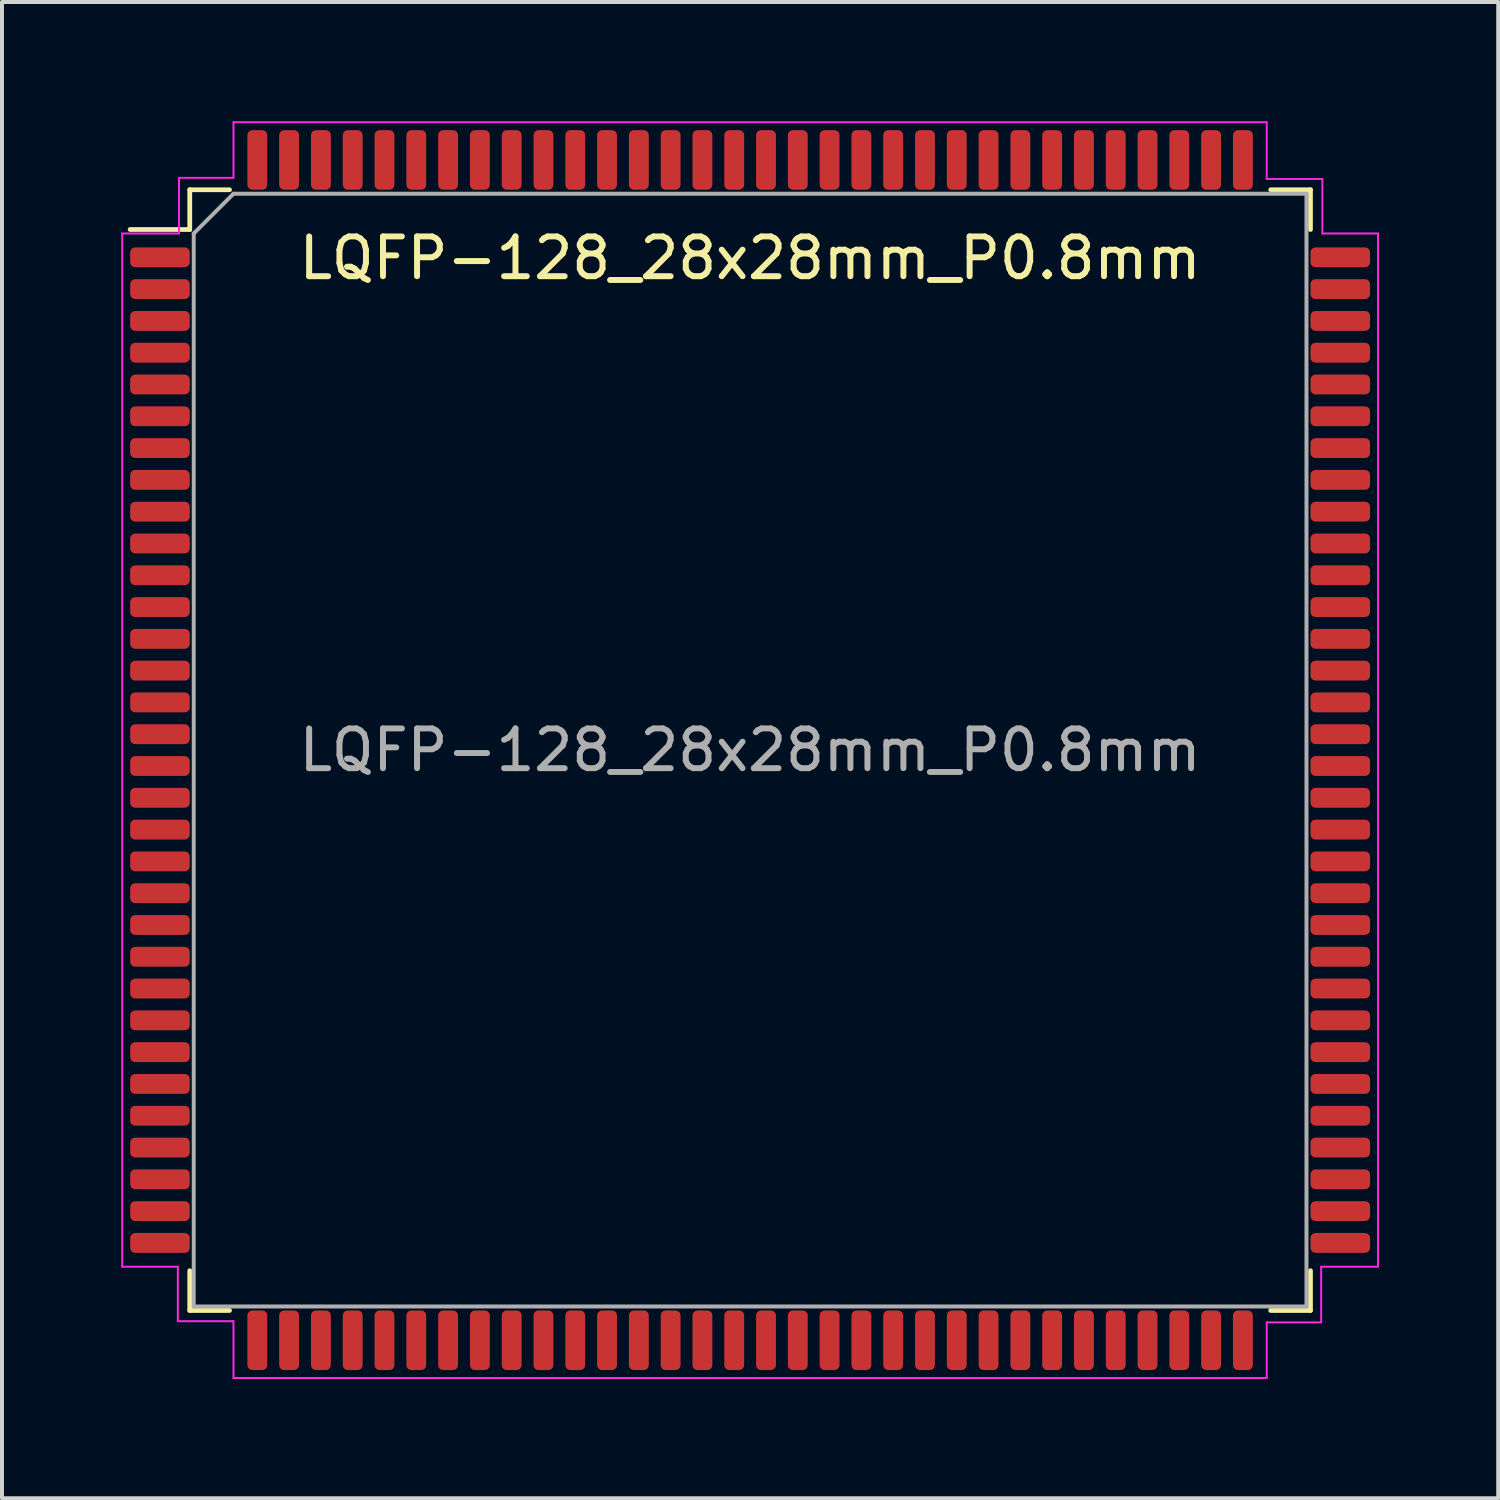
<source format=kicad_pcb>
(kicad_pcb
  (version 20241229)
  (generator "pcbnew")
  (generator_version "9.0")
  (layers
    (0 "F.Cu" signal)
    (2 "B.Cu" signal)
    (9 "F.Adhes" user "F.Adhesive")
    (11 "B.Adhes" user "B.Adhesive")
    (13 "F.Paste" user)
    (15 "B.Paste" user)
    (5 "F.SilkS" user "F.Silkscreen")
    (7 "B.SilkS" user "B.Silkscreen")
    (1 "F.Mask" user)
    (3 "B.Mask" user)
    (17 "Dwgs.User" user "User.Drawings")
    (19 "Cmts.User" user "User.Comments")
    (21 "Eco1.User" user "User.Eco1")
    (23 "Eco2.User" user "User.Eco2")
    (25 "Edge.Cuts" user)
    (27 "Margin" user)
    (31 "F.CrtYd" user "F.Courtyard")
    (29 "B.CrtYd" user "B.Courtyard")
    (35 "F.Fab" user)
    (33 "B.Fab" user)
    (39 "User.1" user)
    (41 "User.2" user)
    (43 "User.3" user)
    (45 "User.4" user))
  (footprint "LQFP-128_28x28mm_P0.8mm"
    (layer "F.Cu")
    (at 15.825 15.825)
    (property "Reference" "LQFP-128_28x28mm_P0.8mm" (at 0 -12.38 0) (layer "F.SilkS") (effects (font (size 1 1) (thickness 0.15))))
    (attr smd)
    (fp_line (start -14.1 -13.1) (end -15.6 -13.1) (stroke (width 0.12) (type solid)) (layer "F.SilkS"))
    (fp_line (start -14.1 -13.1) (end -14.1 -14.1) (stroke (width 0.12) (type solid)) (layer "F.SilkS"))
    (fp_line (start -14.1 13.1) (end -14.1 14.1) (stroke (width 0.12) (type solid)) (layer "F.SilkS"))
    (fp_line (start -13.1 -14.1) (end -14.1 -14.1) (stroke (width 0.12) (type solid)) (layer "F.SilkS"))
    (fp_line (start -13.1 14.1) (end -14.1 14.1) (stroke (width 0.12) (type solid)) (layer "F.SilkS"))
    (fp_line (start 13.1 -14.1) (end 14.1 -14.1) (stroke (width 0.12) (type solid)) (layer "F.SilkS"))
    (fp_line (start 13.1 14.1) (end 14.1 14.1) (stroke (width 0.12) (type solid)) (layer "F.SilkS"))
    (fp_line (start 14.1 -13.1) (end 14.1 -14.1) (stroke (width 0.12) (type solid)) (layer "F.SilkS"))
    (fp_line (start 14.1 13.1) (end 14.1 14.1) (stroke (width 0.12) (type solid)) (layer "F.SilkS"))
    (fp_line (start -15.8 -13) (end -15.8 13) (stroke (width 0.05) (type solid)) (layer "F.CrtYd"))
    (fp_line (start -15.8 -13) (end -14.37 -13) (stroke (width 0.05) (type solid)) (layer "F.CrtYd"))
    (fp_line (start -15.8 13) (end -14.4 13) (stroke (width 0.05) (type solid)) (layer "F.CrtYd"))
    (fp_line (start -14.4 14.37) (end -14.4 13) (stroke (width 0.05) (type solid)) (layer "F.CrtYd"))
    (fp_line (start -14.37 -14.4) (end -13 -14.4) (stroke (width 0.05) (type solid)) (layer "F.CrtYd"))
    (fp_line (start -14.37 -13) (end -14.37 -14.4) (stroke (width 0.05) (type solid)) (layer "F.CrtYd"))
    (fp_line (start -13 -15.8) (end -13 -14.4) (stroke (width 0.05) (type solid)) (layer "F.CrtYd"))
    (fp_line (start -13 14.37) (end -14.4 14.37) (stroke (width 0.05) (type solid)) (layer "F.CrtYd"))
    (fp_line (start -13 15.8) (end -13 14.37) (stroke (width 0.05) (type solid)) (layer "F.CrtYd"))
    (fp_line (start 13 -15.8) (end -13 -15.8) (stroke (width 0.05) (type solid)) (layer "F.CrtYd"))
    (fp_line (start 13 -15.8) (end 13 -14.37) (stroke (width 0.05) (type solid)) (layer "F.CrtYd"))
    (fp_line (start 13 -14.37) (end 14.4 -14.37) (stroke (width 0.05) (type solid)) (layer "F.CrtYd"))
    (fp_line (start 13 15.8) (end -13 15.8) (stroke (width 0.05) (type solid)) (layer "F.CrtYd"))
    (fp_line (start 13 15.8) (end 13 14.4) (stroke (width 0.05) (type solid)) (layer "F.CrtYd"))
    (fp_line (start 14.37 13) (end 14.37 14.4) (stroke (width 0.05) (type solid)) (layer "F.CrtYd"))
    (fp_line (start 14.37 14.4) (end 13 14.4) (stroke (width 0.05) (type solid)) (layer "F.CrtYd"))
    (fp_line (start 14.4 -14.37) (end 14.4 -13) (stroke (width 0.05) (type solid)) (layer "F.CrtYd"))
    (fp_line (start 15.8 -13) (end 14.4 -13) (stroke (width 0.05) (type solid)) (layer "F.CrtYd"))
    (fp_line (start 15.8 13) (end 14.37 13) (stroke (width 0.05) (type solid)) (layer "F.CrtYd"))
    (fp_line (start 15.8 13) (end 15.8 -13) (stroke (width 0.05) (type solid)) (layer "F.CrtYd"))
    (fp_line (start -14 -13) (end -13 -14) (stroke (width 0.1) (type solid)) (layer "F.Fab"))
    (fp_line (start -14 14) (end -14 -13) (stroke (width 0.1) (type solid)) (layer "F.Fab"))
    (fp_line (start -13 -14) (end 14 -14) (stroke (width 0.1) (type solid)) (layer "F.Fab"))
    (fp_line (start 14 -14) (end 14 14) (stroke (width 0.1) (type solid)) (layer "F.Fab"))
    (fp_line (start 14 14) (end -14 14) (stroke (width 0.1) (type solid)) (layer "F.Fab"))
    (fp_text user "${REFERENCE}" (at 0 0 0) (layer "F.Fab") (effects (font (size 1 1) (thickness 0.15))))
    (pad "1" smd roundrect (at -14.85 -12.4) (size 1.5 0.5) (layers "F.Cu" "F.Mask" "F.Paste") (roundrect_rratio 0.25))
    (pad "2" smd roundrect (at -14.85 -11.6) (size 1.5 0.5) (layers "F.Cu" "F.Mask" "F.Paste") (roundrect_rratio 0.25))
    (pad "3" smd roundrect (at -14.85 -10.8) (size 1.5 0.5) (layers "F.Cu" "F.Mask" "F.Paste") (roundrect_rratio 0.25))
    (pad "4" smd roundrect (at -14.85 -10) (size 1.5 0.5) (layers "F.Cu" "F.Mask" "F.Paste") (roundrect_rratio 0.25))
    (pad "5" smd roundrect (at -14.85 -9.2) (size 1.5 0.5) (layers "F.Cu" "F.Mask" "F.Paste") (roundrect_rratio 0.25))
    (pad "6" smd roundrect (at -14.85 -8.4) (size 1.5 0.5) (layers "F.Cu" "F.Mask" "F.Paste") (roundrect_rratio 0.25))
    (pad "7" smd roundrect (at -14.85 -7.6) (size 1.5 0.5) (layers "F.Cu" "F.Mask" "F.Paste") (roundrect_rratio 0.25))
    (pad "8" smd roundrect (at -14.85 -6.8) (size 1.5 0.5) (layers "F.Cu" "F.Mask" "F.Paste") (roundrect_rratio 0.25))
    (pad "9" smd roundrect (at -14.85 -6) (size 1.5 0.5) (layers "F.Cu" "F.Mask" "F.Paste") (roundrect_rratio 0.25))
    (pad "10" smd roundrect (at -14.85 -5.2) (size 1.5 0.5) (layers "F.Cu" "F.Mask" "F.Paste") (roundrect_rratio 0.25))
    (pad "11" smd roundrect (at -14.85 -4.4) (size 1.5 0.5) (layers "F.Cu" "F.Mask" "F.Paste") (roundrect_rratio 0.25))
    (pad "12" smd roundrect (at -14.85 -3.6) (size 1.5 0.5) (layers "F.Cu" "F.Mask" "F.Paste") (roundrect_rratio 0.25))
    (pad "13" smd roundrect (at -14.85 -2.8) (size 1.5 0.5) (layers "F.Cu" "F.Mask" "F.Paste") (roundrect_rratio 0.25))
    (pad "14" smd roundrect (at -14.85 -2) (size 1.5 0.5) (layers "F.Cu" "F.Mask" "F.Paste") (roundrect_rratio 0.25))
    (pad "15" smd roundrect (at -14.85 -1.2) (size 1.5 0.5) (layers "F.Cu" "F.Mask" "F.Paste") (roundrect_rratio 0.25))
    (pad "16" smd roundrect (at -14.85 -0.4) (size 1.5 0.5) (layers "F.Cu" "F.Mask" "F.Paste") (roundrect_rratio 0.25))
    (pad "17" smd roundrect (at -14.85 0.4) (size 1.5 0.5) (layers "F.Cu" "F.Mask" "F.Paste") (roundrect_rratio 0.25))
    (pad "18" smd roundrect (at -14.85 1.2) (size 1.5 0.5) (layers "F.Cu" "F.Mask" "F.Paste") (roundrect_rratio 0.25))
    (pad "19" smd roundrect (at -14.85 2) (size 1.5 0.5) (layers "F.Cu" "F.Mask" "F.Paste") (roundrect_rratio 0.25))
    (pad "20" smd roundrect (at -14.85 2.8) (size 1.5 0.5) (layers "F.Cu" "F.Mask" "F.Paste") (roundrect_rratio 0.25))
    (pad "21" smd roundrect (at -14.85 3.6) (size 1.5 0.5) (layers "F.Cu" "F.Mask" "F.Paste") (roundrect_rratio 0.25))
    (pad "22" smd roundrect (at -14.85 4.4) (size 1.5 0.5) (layers "F.Cu" "F.Mask" "F.Paste") (roundrect_rratio 0.25))
    (pad "23" smd roundrect (at -14.85 5.2) (size 1.5 0.5) (layers "F.Cu" "F.Mask" "F.Paste") (roundrect_rratio 0.25))
    (pad "24" smd roundrect (at -14.85 6) (size 1.5 0.5) (layers "F.Cu" "F.Mask" "F.Paste") (roundrect_rratio 0.25))
    (pad "25" smd roundrect (at -14.85 6.8) (size 1.5 0.5) (layers "F.Cu" "F.Mask" "F.Paste") (roundrect_rratio 0.25))
    (pad "26" smd roundrect (at -14.85 7.6) (size 1.5 0.5) (layers "F.Cu" "F.Mask" "F.Paste") (roundrect_rratio 0.25))
    (pad "27" smd roundrect (at -14.85 8.4) (size 1.5 0.5) (layers "F.Cu" "F.Mask" "F.Paste") (roundrect_rratio 0.25))
    (pad "28" smd roundrect (at -14.85 9.2) (size 1.5 0.5) (layers "F.Cu" "F.Mask" "F.Paste") (roundrect_rratio 0.25))
    (pad "29" smd roundrect (at -14.85 10) (size 1.5 0.5) (layers "F.Cu" "F.Mask" "F.Paste") (roundrect_rratio 0.25))
    (pad "30" smd roundrect (at -14.85 10.8) (size 1.5 0.5) (layers "F.Cu" "F.Mask" "F.Paste") (roundrect_rratio 0.25))
    (pad "31" smd roundrect (at -14.85 11.6) (size 1.5 0.5) (layers "F.Cu" "F.Mask" "F.Paste") (roundrect_rratio 0.25))
    (pad "32" smd roundrect (at -14.85 12.4) (size 1.5 0.5) (layers "F.Cu" "F.Mask" "F.Paste") (roundrect_rratio 0.25))
    (pad "33" smd roundrect (at -12.4 14.85 180) (size 0.5 1.5) (layers "F.Cu" "F.Mask" "F.Paste") (roundrect_rratio 0.25))
    (pad "34" smd roundrect (at -11.6 14.85 180) (size 0.5 1.5) (layers "F.Cu" "F.Mask" "F.Paste") (roundrect_rratio 0.25))
    (pad "35" smd roundrect (at -10.8 14.85 180) (size 0.5 1.5) (layers "F.Cu" "F.Mask" "F.Paste") (roundrect_rratio 0.25))
    (pad "36" smd roundrect (at -10 14.85 180) (size 0.5 1.5) (layers "F.Cu" "F.Mask" "F.Paste") (roundrect_rratio 0.25))
    (pad "37" smd roundrect (at -9.2 14.85 180) (size 0.5 1.5) (layers "F.Cu" "F.Mask" "F.Paste") (roundrect_rratio 0.25))
    (pad "38" smd roundrect (at -8.4 14.85 180) (size 0.5 1.5) (layers "F.Cu" "F.Mask" "F.Paste") (roundrect_rratio 0.25))
    (pad "39" smd roundrect (at -7.6 14.85 180) (size 0.5 1.5) (layers "F.Cu" "F.Mask" "F.Paste") (roundrect_rratio 0.25))
    (pad "40" smd roundrect (at -6.8 14.85 180) (size 0.5 1.5) (layers "F.Cu" "F.Mask" "F.Paste") (roundrect_rratio 0.25))
    (pad "41" smd roundrect (at -6 14.85 180) (size 0.5 1.5) (layers "F.Cu" "F.Mask" "F.Paste") (roundrect_rratio 0.25))
    (pad "42" smd roundrect (at -5.2 14.85 180) (size 0.5 1.5) (layers "F.Cu" "F.Mask" "F.Paste") (roundrect_rratio 0.25))
    (pad "43" smd roundrect (at -4.4 14.85 180) (size 0.5 1.5) (layers "F.Cu" "F.Mask" "F.Paste") (roundrect_rratio 0.25))
    (pad "44" smd roundrect (at -3.6 14.85 180) (size 0.5 1.5) (layers "F.Cu" "F.Mask" "F.Paste") (roundrect_rratio 0.25))
    (pad "45" smd roundrect (at -2.8 14.85 180) (size 0.5 1.5) (layers "F.Cu" "F.Mask" "F.Paste") (roundrect_rratio 0.25))
    (pad "46" smd roundrect (at -2 14.85 180) (size 0.5 1.5) (layers "F.Cu" "F.Mask" "F.Paste") (roundrect_rratio 0.25))
    (pad "47" smd roundrect (at -1.2 14.85 180) (size 0.5 1.5) (layers "F.Cu" "F.Mask" "F.Paste") (roundrect_rratio 0.25))
    (pad "48" smd roundrect (at -0.4 14.85 180) (size 0.5 1.5) (layers "F.Cu" "F.Mask" "F.Paste") (roundrect_rratio 0.25))
    (pad "49" smd roundrect (at 0.4 14.85 180) (size 0.5 1.5) (layers "F.Cu" "F.Mask" "F.Paste") (roundrect_rratio 0.25))
    (pad "50" smd roundrect (at 1.2 14.85 180) (size 0.5 1.5) (layers "F.Cu" "F.Mask" "F.Paste") (roundrect_rratio 0.25))
    (pad "51" smd roundrect (at 2 14.85 180) (size 0.5 1.5) (layers "F.Cu" "F.Mask" "F.Paste") (roundrect_rratio 0.25))
    (pad "52" smd roundrect (at 2.8 14.85 180) (size 0.5 1.5) (layers "F.Cu" "F.Mask" "F.Paste") (roundrect_rratio 0.25))
    (pad "53" smd roundrect (at 3.6 14.85 180) (size 0.5 1.5) (layers "F.Cu" "F.Mask" "F.Paste") (roundrect_rratio 0.25))
    (pad "54" smd roundrect (at 4.4 14.85 180) (size 0.5 1.5) (layers "F.Cu" "F.Mask" "F.Paste") (roundrect_rratio 0.25))
    (pad "55" smd roundrect (at 5.2 14.85 180) (size 0.5 1.5) (layers "F.Cu" "F.Mask" "F.Paste") (roundrect_rratio 0.25))
    (pad "56" smd roundrect (at 6 14.85 180) (size 0.5 1.5) (layers "F.Cu" "F.Mask" "F.Paste") (roundrect_rratio 0.25))
    (pad "57" smd roundrect (at 6.8 14.85 180) (size 0.5 1.5) (layers "F.Cu" "F.Mask" "F.Paste") (roundrect_rratio 0.25))
    (pad "58" smd roundrect (at 7.6 14.85 180) (size 0.5 1.5) (layers "F.Cu" "F.Mask" "F.Paste") (roundrect_rratio 0.25))
    (pad "59" smd roundrect (at 8.4 14.85 180) (size 0.5 1.5) (layers "F.Cu" "F.Mask" "F.Paste") (roundrect_rratio 0.25))
    (pad "60" smd roundrect (at 9.2 14.85 180) (size 0.5 1.5) (layers "F.Cu" "F.Mask" "F.Paste") (roundrect_rratio 0.25))
    (pad "61" smd roundrect (at 10 14.85 180) (size 0.5 1.5) (layers "F.Cu" "F.Mask" "F.Paste") (roundrect_rratio 0.25))
    (pad "62" smd roundrect (at 10.8 14.85 180) (size 0.5 1.5) (layers "F.Cu" "F.Mask" "F.Paste") (roundrect_rratio 0.25))
    (pad "63" smd roundrect (at 11.6 14.85 180) (size 0.5 1.5) (layers "F.Cu" "F.Mask" "F.Paste") (roundrect_rratio 0.25))
    (pad "64" smd roundrect (at 12.4 14.85 180) (size 0.5 1.5) (layers "F.Cu" "F.Mask" "F.Paste") (roundrect_rratio 0.25))
    (pad "65" smd roundrect (at 14.85 12.4 180) (size 1.5 0.5) (layers "F.Cu" "F.Mask" "F.Paste") (roundrect_rratio 0.25))
    (pad "66" smd roundrect (at 14.85 11.6 180) (size 1.5 0.5) (layers "F.Cu" "F.Mask" "F.Paste") (roundrect_rratio 0.25))
    (pad "67" smd roundrect (at 14.85 10.8 180) (size 1.5 0.5) (layers "F.Cu" "F.Mask" "F.Paste") (roundrect_rratio 0.25))
    (pad "68" smd roundrect (at 14.85 10 180) (size 1.5 0.5) (layers "F.Cu" "F.Mask" "F.Paste") (roundrect_rratio 0.25))
    (pad "69" smd roundrect (at 14.85 9.2 180) (size 1.5 0.5) (layers "F.Cu" "F.Mask" "F.Paste") (roundrect_rratio 0.25))
    (pad "70" smd roundrect (at 14.85 8.4 180) (size 1.5 0.5) (layers "F.Cu" "F.Mask" "F.Paste") (roundrect_rratio 0.25))
    (pad "71" smd roundrect (at 14.85 7.6 180) (size 1.5 0.5) (layers "F.Cu" "F.Mask" "F.Paste") (roundrect_rratio 0.25))
    (pad "72" smd roundrect (at 14.85 6.8 180) (size 1.5 0.5) (layers "F.Cu" "F.Mask" "F.Paste") (roundrect_rratio 0.25))
    (pad "73" smd roundrect (at 14.85 6 180) (size 1.5 0.5) (layers "F.Cu" "F.Mask" "F.Paste") (roundrect_rratio 0.25))
    (pad "74" smd roundrect (at 14.85 5.2 180) (size 1.5 0.5) (layers "F.Cu" "F.Mask" "F.Paste") (roundrect_rratio 0.25))
    (pad "75" smd roundrect (at 14.85 4.4 180) (size 1.5 0.5) (layers "F.Cu" "F.Mask" "F.Paste") (roundrect_rratio 0.25))
    (pad "76" smd roundrect (at 14.85 3.6 180) (size 1.5 0.5) (layers "F.Cu" "F.Mask" "F.Paste") (roundrect_rratio 0.25))
    (pad "77" smd roundrect (at 14.85 2.8 180) (size 1.5 0.5) (layers "F.Cu" "F.Mask" "F.Paste") (roundrect_rratio 0.25))
    (pad "78" smd roundrect (at 14.85 2 180) (size 1.5 0.5) (layers "F.Cu" "F.Mask" "F.Paste") (roundrect_rratio 0.25))
    (pad "79" smd roundrect (at 14.85 1.2 180) (size 1.5 0.5) (layers "F.Cu" "F.Mask" "F.Paste") (roundrect_rratio 0.25))
    (pad "80" smd roundrect (at 14.85 0.4 180) (size 1.5 0.5) (layers "F.Cu" "F.Mask" "F.Paste") (roundrect_rratio 0.25))
    (pad "81" smd roundrect (at 14.85 -0.4 180) (size 1.5 0.5) (layers "F.Cu" "F.Mask" "F.Paste") (roundrect_rratio 0.25))
    (pad "82" smd roundrect (at 14.85 -1.2 180) (size 1.5 0.5) (layers "F.Cu" "F.Mask" "F.Paste") (roundrect_rratio 0.25))
    (pad "83" smd roundrect (at 14.85 -2 180) (size 1.5 0.5) (layers "F.Cu" "F.Mask" "F.Paste") (roundrect_rratio 0.25))
    (pad "84" smd roundrect (at 14.85 -2.8 180) (size 1.5 0.5) (layers "F.Cu" "F.Mask" "F.Paste") (roundrect_rratio 0.25))
    (pad "85" smd roundrect (at 14.85 -3.6 180) (size 1.5 0.5) (layers "F.Cu" "F.Mask" "F.Paste") (roundrect_rratio 0.25))
    (pad "86" smd roundrect (at 14.85 -4.4 180) (size 1.5 0.5) (layers "F.Cu" "F.Mask" "F.Paste") (roundrect_rratio 0.25))
    (pad "87" smd roundrect (at 14.85 -5.2 180) (size 1.5 0.5) (layers "F.Cu" "F.Mask" "F.Paste") (roundrect_rratio 0.25))
    (pad "88" smd roundrect (at 14.85 -6 180) (size 1.5 0.5) (layers "F.Cu" "F.Mask" "F.Paste") (roundrect_rratio 0.25))
    (pad "89" smd roundrect (at 14.85 -6.8 180) (size 1.5 0.5) (layers "F.Cu" "F.Mask" "F.Paste") (roundrect_rratio 0.25))
    (pad "90" smd roundrect (at 14.85 -7.6 180) (size 1.5 0.5) (layers "F.Cu" "F.Mask" "F.Paste") (roundrect_rratio 0.25))
    (pad "91" smd roundrect (at 14.85 -8.4 180) (size 1.5 0.5) (layers "F.Cu" "F.Mask" "F.Paste") (roundrect_rratio 0.25))
    (pad "92" smd roundrect (at 14.85 -9.2 180) (size 1.5 0.5) (layers "F.Cu" "F.Mask" "F.Paste") (roundrect_rratio 0.25))
    (pad "93" smd roundrect (at 14.85 -10 180) (size 1.5 0.5) (layers "F.Cu" "F.Mask" "F.Paste") (roundrect_rratio 0.25))
    (pad "94" smd roundrect (at 14.85 -10.8 180) (size 1.5 0.5) (layers "F.Cu" "F.Mask" "F.Paste") (roundrect_rratio 0.25))
    (pad "95" smd roundrect (at 14.85 -11.6 180) (size 1.5 0.5) (layers "F.Cu" "F.Mask" "F.Paste") (roundrect_rratio 0.25))
    (pad "96" smd roundrect (at 14.85 -12.4 180) (size 1.5 0.5) (layers "F.Cu" "F.Mask" "F.Paste") (roundrect_rratio 0.25))
    (pad "97" smd roundrect (at 12.4 -14.85 180) (size 0.5 1.5) (layers "F.Cu" "F.Mask" "F.Paste") (roundrect_rratio 0.25))
    (pad "98" smd roundrect (at 11.6 -14.85 180) (size 0.5 1.5) (layers "F.Cu" "F.Mask" "F.Paste") (roundrect_rratio 0.25))
    (pad "99" smd roundrect (at 10.8 -14.85 180) (size 0.5 1.5) (layers "F.Cu" "F.Mask" "F.Paste") (roundrect_rratio 0.25))
    (pad "100" smd roundrect (at 10 -14.85 180) (size 0.5 1.5) (layers "F.Cu" "F.Mask" "F.Paste") (roundrect_rratio 0.25))
    (pad "101" smd roundrect (at 9.2 -14.85 180) (size 0.5 1.5) (layers "F.Cu" "F.Mask" "F.Paste") (roundrect_rratio 0.25))
    (pad "102" smd roundrect (at 8.4 -14.85 180) (size 0.5 1.5) (layers "F.Cu" "F.Mask" "F.Paste") (roundrect_rratio 0.25))
    (pad "103" smd roundrect (at 7.6 -14.85 180) (size 0.5 1.5) (layers "F.Cu" "F.Mask" "F.Paste") (roundrect_rratio 0.25))
    (pad "104" smd roundrect (at 6.8 -14.85 180) (size 0.5 1.5) (layers "F.Cu" "F.Mask" "F.Paste") (roundrect_rratio 0.25))
    (pad "105" smd roundrect (at 6 -14.85 180) (size 0.5 1.5) (layers "F.Cu" "F.Mask" "F.Paste") (roundrect_rratio 0.25))
    (pad "106" smd roundrect (at 5.2 -14.85 180) (size 0.5 1.5) (layers "F.Cu" "F.Mask" "F.Paste") (roundrect_rratio 0.25))
    (pad "107" smd roundrect (at 4.4 -14.85 180) (size 0.5 1.5) (layers "F.Cu" "F.Mask" "F.Paste") (roundrect_rratio 0.25))
    (pad "108" smd roundrect (at 3.6 -14.85 180) (size 0.5 1.5) (layers "F.Cu" "F.Mask" "F.Paste") (roundrect_rratio 0.25))
    (pad "109" smd roundrect (at 2.8 -14.85 180) (size 0.5 1.5) (layers "F.Cu" "F.Mask" "F.Paste") (roundrect_rratio 0.25))
    (pad "110" smd roundrect (at 2 -14.85 180) (size 0.5 1.5) (layers "F.Cu" "F.Mask" "F.Paste") (roundrect_rratio 0.25))
    (pad "111" smd roundrect (at 1.2 -14.85 180) (size 0.5 1.5) (layers "F.Cu" "F.Mask" "F.Paste") (roundrect_rratio 0.25))
    (pad "112" smd roundrect (at 0.4 -14.85 180) (size 0.5 1.5) (layers "F.Cu" "F.Mask" "F.Paste") (roundrect_rratio 0.25))
    (pad "113" smd roundrect (at -0.4 -14.85 180) (size 0.5 1.5) (layers "F.Cu" "F.Mask" "F.Paste") (roundrect_rratio 0.25))
    (pad "114" smd roundrect (at -1.2 -14.85 180) (size 0.5 1.5) (layers "F.Cu" "F.Mask" "F.Paste") (roundrect_rratio 0.25))
    (pad "115" smd roundrect (at -2 -14.85 180) (size 0.5 1.5) (layers "F.Cu" "F.Mask" "F.Paste") (roundrect_rratio 0.25))
    (pad "116" smd roundrect (at -2.8 -14.85 180) (size 0.5 1.5) (layers "F.Cu" "F.Mask" "F.Paste") (roundrect_rratio 0.25))
    (pad "117" smd roundrect (at -3.6 -14.85 180) (size 0.5 1.5) (layers "F.Cu" "F.Mask" "F.Paste") (roundrect_rratio 0.25))
    (pad "118" smd roundrect (at -4.4 -14.85 180) (size 0.5 1.5) (layers "F.Cu" "F.Mask" "F.Paste") (roundrect_rratio 0.25))
    (pad "119" smd roundrect (at -5.2 -14.85 180) (size 0.5 1.5) (layers "F.Cu" "F.Mask" "F.Paste") (roundrect_rratio 0.25))
    (pad "120" smd roundrect (at -6 -14.85 180) (size 0.5 1.5) (layers "F.Cu" "F.Mask" "F.Paste") (roundrect_rratio 0.25))
    (pad "121" smd roundrect (at -6.8 -14.85 180) (size 0.5 1.5) (layers "F.Cu" "F.Mask" "F.Paste") (roundrect_rratio 0.25))
    (pad "122" smd roundrect (at -7.6 -14.85 180) (size 0.5 1.5) (layers "F.Cu" "F.Mask" "F.Paste") (roundrect_rratio 0.25))
    (pad "123" smd roundrect (at -8.4 -14.85 180) (size 0.5 1.5) (layers "F.Cu" "F.Mask" "F.Paste") (roundrect_rratio 0.25))
    (pad "124" smd roundrect (at -9.2 -14.85 180) (size 0.5 1.5) (layers "F.Cu" "F.Mask" "F.Paste") (roundrect_rratio 0.25))
    (pad "125" smd roundrect (at -10 -14.85 180) (size 0.5 1.5) (layers "F.Cu" "F.Mask" "F.Paste") (roundrect_rratio 0.25))
    (pad "126" smd roundrect (at -10.8 -14.85 180) (size 0.5 1.5) (layers "F.Cu" "F.Mask" "F.Paste") (roundrect_rratio 0.25))
    (pad "127" smd roundrect (at -11.6 -14.85 180) (size 0.5 1.5) (layers "F.Cu" "F.Mask" "F.Paste") (roundrect_rratio 0.25))
    (pad "128" smd roundrect (at -12.4 -14.85 180) (size 0.5 1.5) (layers "F.Cu" "F.Mask" "F.Paste") (roundrect_rratio 0.25)))
  (gr_rect
    (start -3 -3)
    (end 34.65 34.65)
    (stroke (width 0.1) (type default))
    (fill no)
    (layer "Edge.Cuts")))
</source>
